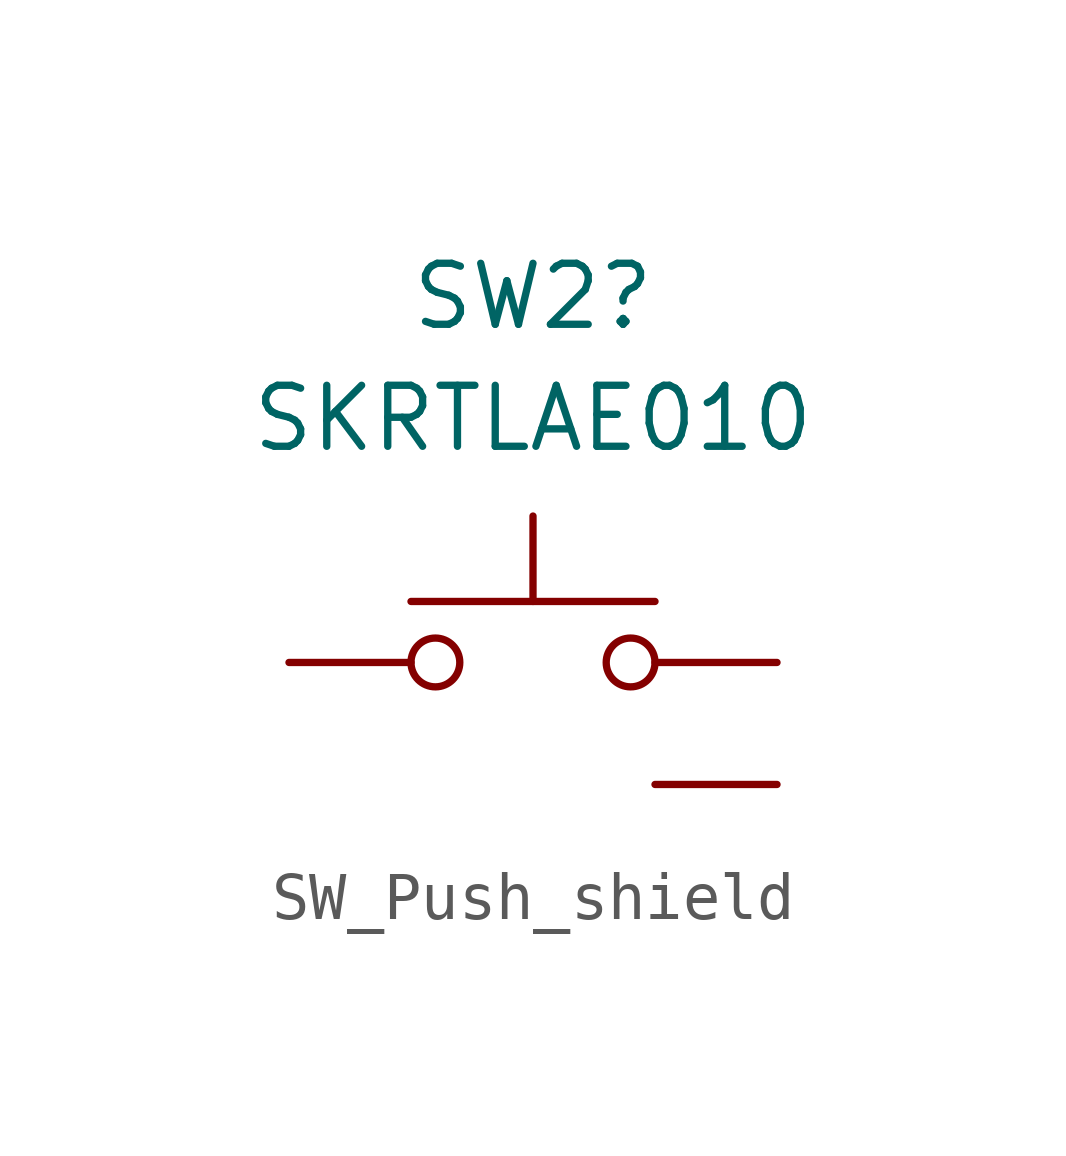
<source format=kicad_sym>
(kicad_symbol_lib
  (version 20220914)
  (generator kicad_symbol_editor)
  (symbol "SW_Push_shield"
    (pin_numbers hide)
    (pin_names
      (offset 1.016) hide)
    (property "Reference" "SW2"
      (at 0 7.62 0)
      (effects (font (size 1.27 1.27))))
    (property "Value" "SKRTLAE010"
      (at 0 5.08 0)
      (effects (font (size 1.27 1.27))))
    (symbol "SW_Push_shield_0_1"
      (circle (center -2.032 0) (radius 0.508) (stroke (width 0) (type default)) (fill (type none)))
      (polyline (pts (xy 0 1.27) (xy 0 3.048)) (stroke (width 0) (type default)) (fill (type none)))
      (polyline (pts (xy 2.54 1.27) (xy -2.54 1.27)) (stroke (width 0) (type default)) (fill (type none)))
      (circle (center 2.032 0) (radius 0.508) (stroke (width 0) (type default)) (fill (type none)))
      (pin passive line (at -5.08 0 0) (length 2.54) (name "1" (effects (font (size 1.27 1.27)))) (number "1" (effects (font (size 1.27 1.27)))))
      (pin passive line (at 5.08 0 180) (length 2.54) (name "2" (effects (font (size 1.27 1.27)))) (number "2" (effects (font (size 1.27 1.27))))))
    (symbol "SW_Push_shield_1_1"
      (pin passive line (at 5.08 -2.54 180) (length 2.54) (name "SHIELD" (effects (font (size 1.27 1.27)))) (number "GND" (effects (font (size 1.27 1.27))))))))
</source>
